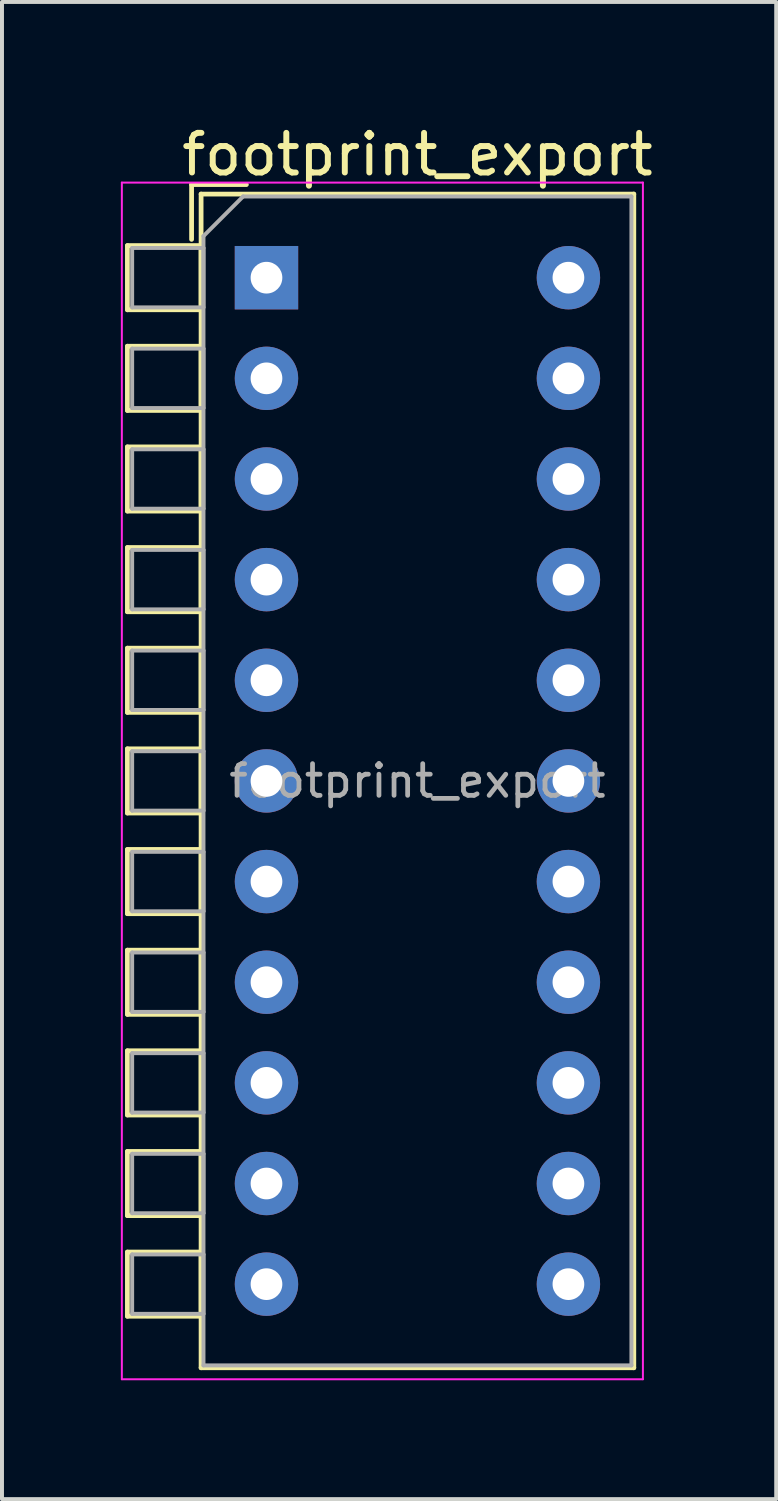
<source format=kicad_pcb>
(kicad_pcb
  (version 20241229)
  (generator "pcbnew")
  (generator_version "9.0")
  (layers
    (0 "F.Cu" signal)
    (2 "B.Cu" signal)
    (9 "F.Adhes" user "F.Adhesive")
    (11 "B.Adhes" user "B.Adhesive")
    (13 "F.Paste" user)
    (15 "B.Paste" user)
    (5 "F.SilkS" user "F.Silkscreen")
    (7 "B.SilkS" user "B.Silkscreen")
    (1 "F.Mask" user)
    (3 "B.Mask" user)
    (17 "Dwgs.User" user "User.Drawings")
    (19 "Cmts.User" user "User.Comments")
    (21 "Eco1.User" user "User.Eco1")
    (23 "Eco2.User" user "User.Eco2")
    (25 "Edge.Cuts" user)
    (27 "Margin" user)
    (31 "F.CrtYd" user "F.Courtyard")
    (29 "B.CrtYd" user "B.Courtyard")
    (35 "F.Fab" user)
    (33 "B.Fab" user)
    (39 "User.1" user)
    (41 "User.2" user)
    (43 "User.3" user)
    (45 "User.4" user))
  (footprint "footprint_export"
    (layer "F.Cu")
    (at 3.675 3.958)
    (property "Reference" "footprint_export" (at 3.81 -3.11 0) (layer "F.SilkS") (effects (font (size 1 1) (thickness 0.15))))
    (attr through_hole)
    (fp_line (start -3.51 -0.81) (end -3.51 0.81) (stroke (width 0.12) (type solid)) (layer "F.SilkS"))
    (fp_line (start -3.51 -0.81) (end -1.65 -0.81) (stroke (width 0.12) (type solid)) (layer "F.SilkS"))
    (fp_line (start -3.51 0.81) (end -1.65 0.81) (stroke (width 0.12) (type solid)) (layer "F.SilkS"))
    (fp_line (start -3.51 1.73) (end -3.51 3.35) (stroke (width 0.12) (type solid)) (layer "F.SilkS"))
    (fp_line (start -3.51 1.73) (end -1.65 1.73) (stroke (width 0.12) (type solid)) (layer "F.SilkS"))
    (fp_line (start -3.51 3.35) (end -1.65 3.35) (stroke (width 0.12) (type solid)) (layer "F.SilkS"))
    (fp_line (start -3.51 4.27) (end -3.51 5.89) (stroke (width 0.12) (type solid)) (layer "F.SilkS"))
    (fp_line (start -3.51 4.27) (end -1.65 4.27) (stroke (width 0.12) (type solid)) (layer "F.SilkS"))
    (fp_line (start -3.51 5.89) (end -1.65 5.89) (stroke (width 0.12) (type solid)) (layer "F.SilkS"))
    (fp_line (start -3.51 6.81) (end -3.51 8.43) (stroke (width 0.12) (type solid)) (layer "F.SilkS"))
    (fp_line (start -3.51 6.81) (end -1.65 6.81) (stroke (width 0.12) (type solid)) (layer "F.SilkS"))
    (fp_line (start -3.51 8.43) (end -1.65 8.43) (stroke (width 0.12) (type solid)) (layer "F.SilkS"))
    (fp_line (start -3.51 9.35) (end -3.51 10.97) (stroke (width 0.12) (type solid)) (layer "F.SilkS"))
    (fp_line (start -3.51 9.35) (end -1.65 9.35) (stroke (width 0.12) (type solid)) (layer "F.SilkS"))
    (fp_line (start -3.51 10.97) (end -1.65 10.97) (stroke (width 0.12) (type solid)) (layer "F.SilkS"))
    (fp_line (start -3.51 11.89) (end -3.51 13.51) (stroke (width 0.12) (type solid)) (layer "F.SilkS"))
    (fp_line (start -3.51 11.89) (end -1.65 11.89) (stroke (width 0.12) (type solid)) (layer "F.SilkS"))
    (fp_line (start -3.51 13.51) (end -1.65 13.51) (stroke (width 0.12) (type solid)) (layer "F.SilkS"))
    (fp_line (start -3.51 14.43) (end -3.51 16.05) (stroke (width 0.12) (type solid)) (layer "F.SilkS"))
    (fp_line (start -3.51 14.43) (end -1.65 14.43) (stroke (width 0.12) (type solid)) (layer "F.SilkS"))
    (fp_line (start -3.51 16.05) (end -1.65 16.05) (stroke (width 0.12) (type solid)) (layer "F.SilkS"))
    (fp_line (start -3.51 16.971) (end -3.51 18.591) (stroke (width 0.12) (type solid)) (layer "F.SilkS"))
    (fp_line (start -3.51 16.971) (end -1.65 16.971) (stroke (width 0.12) (type solid)) (layer "F.SilkS"))
    (fp_line (start -3.51 18.591) (end -1.65 18.591) (stroke (width 0.12) (type solid)) (layer "F.SilkS"))
    (fp_line (start -3.51 19.51) (end -3.51 21.131) (stroke (width 0.12) (type solid)) (layer "F.SilkS"))
    (fp_line (start -3.51 19.51) (end -1.65 19.51) (stroke (width 0.12) (type solid)) (layer "F.SilkS"))
    (fp_line (start -3.51 21.131) (end -1.65 21.131) (stroke (width 0.12) (type solid)) (layer "F.SilkS"))
    (fp_line (start -3.51 22.05) (end -3.51 23.67) (stroke (width 0.12) (type solid)) (layer "F.SilkS"))
    (fp_line (start -3.51 22.05) (end -1.65 22.05) (stroke (width 0.12) (type solid)) (layer "F.SilkS"))
    (fp_line (start -3.51 23.67) (end -1.65 23.67) (stroke (width 0.12) (type solid)) (layer "F.SilkS"))
    (fp_line (start -3.51 24.59) (end -3.51 26.21) (stroke (width 0.12) (type solid)) (layer "F.SilkS"))
    (fp_line (start -3.51 24.59) (end -1.65 24.59) (stroke (width 0.12) (type solid)) (layer "F.SilkS"))
    (fp_line (start -3.51 26.21) (end -1.65 26.21) (stroke (width 0.12) (type solid)) (layer "F.SilkS"))
    (fp_line (start -1.89 -2.35) (end -1.89 -0.967) (stroke (width 0.12) (type solid)) (layer "F.SilkS"))
    (fp_line (start -1.89 -2.35) (end -0.507 -2.35) (stroke (width 0.12) (type solid)) (layer "F.SilkS"))
    (fp_line (start -1.65 -2.11) (end -1.65 27.51) (stroke (width 0.12) (type solid)) (layer "F.SilkS"))
    (fp_line (start -1.65 -2.11) (end 9.27 -2.11) (stroke (width 0.12) (type solid)) (layer "F.SilkS"))
    (fp_line (start -1.65 -0.81) (end -1.65 0.81) (stroke (width 0.12) (type solid)) (layer "F.SilkS"))
    (fp_line (start -1.65 1.73) (end -1.65 3.35) (stroke (width 0.12) (type solid)) (layer "F.SilkS"))
    (fp_line (start -1.65 4.27) (end -1.65 5.89) (stroke (width 0.12) (type solid)) (layer "F.SilkS"))
    (fp_line (start -1.65 6.81) (end -1.65 8.43) (stroke (width 0.12) (type solid)) (layer "F.SilkS"))
    (fp_line (start -1.65 9.35) (end -1.65 10.97) (stroke (width 0.12) (type solid)) (layer "F.SilkS"))
    (fp_line (start -1.65 11.89) (end -1.65 13.51) (stroke (width 0.12) (type solid)) (layer "F.SilkS"))
    (fp_line (start -1.65 14.43) (end -1.65 16.05) (stroke (width 0.12) (type solid)) (layer "F.SilkS"))
    (fp_line (start -1.65 16.971) (end -1.65 18.591) (stroke (width 0.12) (type solid)) (layer "F.SilkS"))
    (fp_line (start -1.65 19.51) (end -1.65 21.131) (stroke (width 0.12) (type solid)) (layer "F.SilkS"))
    (fp_line (start -1.65 22.05) (end -1.65 23.67) (stroke (width 0.12) (type solid)) (layer "F.SilkS"))
    (fp_line (start -1.65 24.59) (end -1.65 26.21) (stroke (width 0.12) (type solid)) (layer "F.SilkS"))
    (fp_line (start -1.65 27.51) (end 9.27 27.51) (stroke (width 0.12) (type solid)) (layer "F.SilkS"))
    (fp_line (start 9.27 -2.11) (end 9.27 27.51) (stroke (width 0.12) (type solid)) (layer "F.SilkS"))
    (fp_line (start -3.65 -2.4) (end -3.65 27.8) (stroke (width 0.05) (type solid)) (layer "F.CrtYd"))
    (fp_line (start -3.65 27.8) (end 9.5 27.8) (stroke (width 0.05) (type solid)) (layer "F.CrtYd"))
    (fp_line (start 9.5 -2.4) (end -3.65 -2.4) (stroke (width 0.05) (type solid)) (layer "F.CrtYd"))
    (fp_line (start 9.5 27.8) (end 9.5 -2.4) (stroke (width 0.05) (type solid)) (layer "F.CrtYd"))
    (fp_line (start -3.39 -0.75) (end -1.59 -0.75) (stroke (width 0.1) (type solid)) (layer "F.Fab"))
    (fp_line (start -3.39 0.75) (end -3.39 -0.75) (stroke (width 0.1) (type solid)) (layer "F.Fab"))
    (fp_line (start -3.39 1.79) (end -1.59 1.79) (stroke (width 0.1) (type solid)) (layer "F.Fab"))
    (fp_line (start -3.39 3.29) (end -3.39 1.79) (stroke (width 0.1) (type solid)) (layer "F.Fab"))
    (fp_line (start -3.39 4.33) (end -1.59 4.33) (stroke (width 0.1) (type solid)) (layer "F.Fab"))
    (fp_line (start -3.39 5.83) (end -3.39 4.33) (stroke (width 0.1) (type solid)) (layer "F.Fab"))
    (fp_line (start -3.39 6.87) (end -1.59 6.87) (stroke (width 0.1) (type solid)) (layer "F.Fab"))
    (fp_line (start -3.39 8.37) (end -3.39 6.87) (stroke (width 0.1) (type solid)) (layer "F.Fab"))
    (fp_line (start -3.39 9.41) (end -1.59 9.41) (stroke (width 0.1) (type solid)) (layer "F.Fab"))
    (fp_line (start -3.39 10.91) (end -3.39 9.41) (stroke (width 0.1) (type solid)) (layer "F.Fab"))
    (fp_line (start -3.39 11.95) (end -1.59 11.95) (stroke (width 0.1) (type solid)) (layer "F.Fab"))
    (fp_line (start -3.39 13.45) (end -3.39 11.95) (stroke (width 0.1) (type solid)) (layer "F.Fab"))
    (fp_line (start -3.39 14.49) (end -1.59 14.49) (stroke (width 0.1) (type solid)) (layer "F.Fab"))
    (fp_line (start -3.39 15.99) (end -3.39 14.49) (stroke (width 0.1) (type solid)) (layer "F.Fab"))
    (fp_line (start -3.39 17.03) (end -1.59 17.03) (stroke (width 0.1) (type solid)) (layer "F.Fab"))
    (fp_line (start -3.39 18.53) (end -3.39 17.03) (stroke (width 0.1) (type solid)) (layer "F.Fab"))
    (fp_line (start -3.39 19.57) (end -1.59 19.57) (stroke (width 0.1) (type solid)) (layer "F.Fab"))
    (fp_line (start -3.39 21.07) (end -3.39 19.57) (stroke (width 0.1) (type solid)) (layer "F.Fab"))
    (fp_line (start -3.39 22.11) (end -1.59 22.11) (stroke (width 0.1) (type solid)) (layer "F.Fab"))
    (fp_line (start -3.39 23.61) (end -3.39 22.11) (stroke (width 0.1) (type solid)) (layer "F.Fab"))
    (fp_line (start -3.39 24.65) (end -1.59 24.65) (stroke (width 0.1) (type solid)) (layer "F.Fab"))
    (fp_line (start -3.39 26.15) (end -3.39 24.65) (stroke (width 0.1) (type solid)) (layer "F.Fab"))
    (fp_line (start -1.59 -1.05) (end -0.59 -2.05) (stroke (width 0.1) (type solid)) (layer "F.Fab"))
    (fp_line (start -1.59 -0.75) (end -1.59 0.75) (stroke (width 0.1) (type solid)) (layer "F.Fab"))
    (fp_line (start -1.59 0.75) (end -3.39 0.75) (stroke (width 0.1) (type solid)) (layer "F.Fab"))
    (fp_line (start -1.59 1.79) (end -1.59 3.29) (stroke (width 0.1) (type solid)) (layer "F.Fab"))
    (fp_line (start -1.59 3.29) (end -3.39 3.29) (stroke (width 0.1) (type solid)) (layer "F.Fab"))
    (fp_line (start -1.59 4.33) (end -1.59 5.83) (stroke (width 0.1) (type solid)) (layer "F.Fab"))
    (fp_line (start -1.59 5.83) (end -3.39 5.83) (stroke (width 0.1) (type solid)) (layer "F.Fab"))
    (fp_line (start -1.59 6.87) (end -1.59 8.37) (stroke (width 0.1) (type solid)) (layer "F.Fab"))
    (fp_line (start -1.59 8.37) (end -3.39 8.37) (stroke (width 0.1) (type solid)) (layer "F.Fab"))
    (fp_line (start -1.59 9.41) (end -1.59 10.91) (stroke (width 0.1) (type solid)) (layer "F.Fab"))
    (fp_line (start -1.59 10.91) (end -3.39 10.91) (stroke (width 0.1) (type solid)) (layer "F.Fab"))
    (fp_line (start -1.59 11.95) (end -1.59 13.45) (stroke (width 0.1) (type solid)) (layer "F.Fab"))
    (fp_line (start -1.59 13.45) (end -3.39 13.45) (stroke (width 0.1) (type solid)) (layer "F.Fab"))
    (fp_line (start -1.59 14.49) (end -1.59 15.99) (stroke (width 0.1) (type solid)) (layer "F.Fab"))
    (fp_line (start -1.59 15.99) (end -3.39 15.99) (stroke (width 0.1) (type solid)) (layer "F.Fab"))
    (fp_line (start -1.59 17.03) (end -1.59 18.53) (stroke (width 0.1) (type solid)) (layer "F.Fab"))
    (fp_line (start -1.59 18.53) (end -3.39 18.53) (stroke (width 0.1) (type solid)) (layer "F.Fab"))
    (fp_line (start -1.59 19.57) (end -1.59 21.07) (stroke (width 0.1) (type solid)) (layer "F.Fab"))
    (fp_line (start -1.59 21.07) (end -3.39 21.07) (stroke (width 0.1) (type solid)) (layer "F.Fab"))
    (fp_line (start -1.59 22.11) (end -1.59 23.61) (stroke (width 0.1) (type solid)) (layer "F.Fab"))
    (fp_line (start -1.59 23.61) (end -3.39 23.61) (stroke (width 0.1) (type solid)) (layer "F.Fab"))
    (fp_line (start -1.59 24.65) (end -1.59 26.15) (stroke (width 0.1) (type solid)) (layer "F.Fab"))
    (fp_line (start -1.59 26.15) (end -3.39 26.15) (stroke (width 0.1) (type solid)) (layer "F.Fab"))
    (fp_line (start -1.59 27.45) (end -1.59 -1.05) (stroke (width 0.1) (type solid)) (layer "F.Fab"))
    (fp_line (start -0.59 -2.05) (end 9.21 -2.05) (stroke (width 0.1) (type solid)) (layer "F.Fab"))
    (fp_line (start 9.21 -2.05) (end 9.21 27.45) (stroke (width 0.1) (type solid)) (layer "F.Fab"))
    (fp_line (start 9.21 27.45) (end -1.59 27.45) (stroke (width 0.1) (type solid)) (layer "F.Fab"))
    (fp_text user "${REFERENCE}" (at 3.81 12.7 0) (layer "F.Fab") (effects (font (size 0.8 0.8) (thickness 0.12))))
    (pad "1" thru_hole rect (at 0 0) (size 1.6 1.6) (drill 0.8) (layers "*.Cu" "*.Mask"))
    (pad "2" thru_hole oval (at 0 2.54) (size 1.6 1.6) (drill 0.8) (layers "*.Cu" "*.Mask"))
    (pad "3" thru_hole oval (at 0 5.08) (size 1.6 1.6) (drill 0.8) (layers "*.Cu" "*.Mask"))
    (pad "4" thru_hole oval (at 0 7.62) (size 1.6 1.6) (drill 0.8) (layers "*.Cu" "*.Mask"))
    (pad "5" thru_hole oval (at 0 10.16) (size 1.6 1.6) (drill 0.8) (layers "*.Cu" "*.Mask"))
    (pad "6" thru_hole oval (at 0 12.7) (size 1.6 1.6) (drill 0.8) (layers "*.Cu" "*.Mask"))
    (pad "7" thru_hole oval (at 0 15.24) (size 1.6 1.6) (drill 0.8) (layers "*.Cu" "*.Mask"))
    (pad "8" thru_hole oval (at 0 17.78) (size 1.6 1.6) (drill 0.8) (layers "*.Cu" "*.Mask"))
    (pad "9" thru_hole oval (at 0 20.32) (size 1.6 1.6) (drill 0.8) (layers "*.Cu" "*.Mask"))
    (pad "10" thru_hole oval (at 0 22.86) (size 1.6 1.6) (drill 0.8) (layers "*.Cu" "*.Mask"))
    (pad "11" thru_hole oval (at 0 25.4) (size 1.6 1.6) (drill 0.8) (layers "*.Cu" "*.Mask"))
    (pad "12" thru_hole oval (at 7.62 25.4) (size 1.6 1.6) (drill 0.8) (layers "*.Cu" "*.Mask"))
    (pad "13" thru_hole oval (at 7.62 22.86) (size 1.6 1.6) (drill 0.8) (layers "*.Cu" "*.Mask"))
    (pad "14" thru_hole oval (at 7.62 20.32) (size 1.6 1.6) (drill 0.8) (layers "*.Cu" "*.Mask"))
    (pad "15" thru_hole oval (at 7.62 17.78) (size 1.6 1.6) (drill 0.8) (layers "*.Cu" "*.Mask"))
    (pad "16" thru_hole oval (at 7.62 15.24) (size 1.6 1.6) (drill 0.8) (layers "*.Cu" "*.Mask"))
    (pad "17" thru_hole oval (at 7.62 12.7) (size 1.6 1.6) (drill 0.8) (layers "*.Cu" "*.Mask"))
    (pad "18" thru_hole oval (at 7.62 10.16) (size 1.6 1.6) (drill 0.8) (layers "*.Cu" "*.Mask"))
    (pad "19" thru_hole oval (at 7.62 7.62) (size 1.6 1.6) (drill 0.8) (layers "*.Cu" "*.Mask"))
    (pad "20" thru_hole oval (at 7.62 5.08) (size 1.6 1.6) (drill 0.8) (layers "*.Cu" "*.Mask"))
    (pad "21" thru_hole oval (at 7.62 2.54) (size 1.6 1.6) (drill 0.8) (layers "*.Cu" "*.Mask"))
    (pad "22" thru_hole oval (at 7.62 0) (size 1.6 1.6) (drill 0.8) (layers "*.Cu" "*.Mask")))
  (gr_rect
    (start -3 -3)
    (end 16.539 34.783)
    (stroke (width 0.1) (type default))
    (fill no)
    (layer "Edge.Cuts")))
</source>
